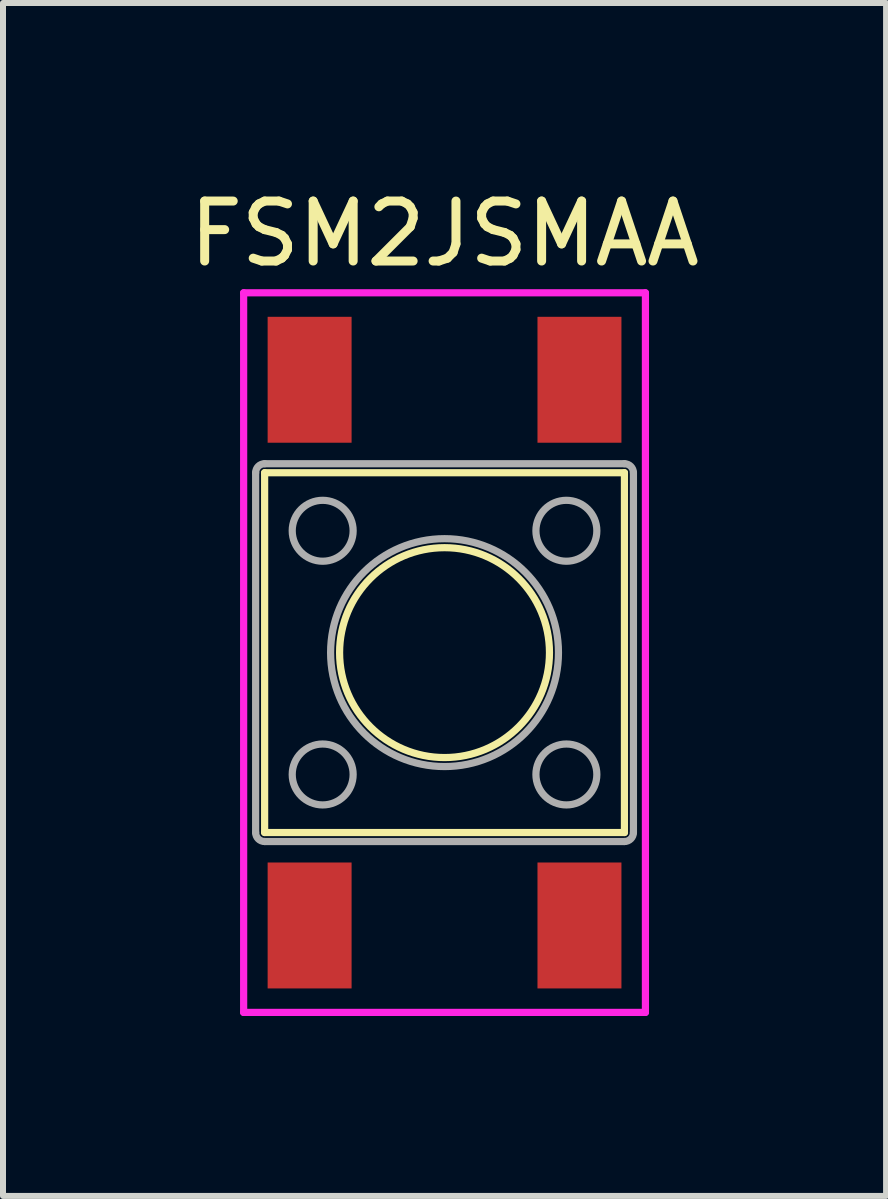
<source format=kicad_pcb>
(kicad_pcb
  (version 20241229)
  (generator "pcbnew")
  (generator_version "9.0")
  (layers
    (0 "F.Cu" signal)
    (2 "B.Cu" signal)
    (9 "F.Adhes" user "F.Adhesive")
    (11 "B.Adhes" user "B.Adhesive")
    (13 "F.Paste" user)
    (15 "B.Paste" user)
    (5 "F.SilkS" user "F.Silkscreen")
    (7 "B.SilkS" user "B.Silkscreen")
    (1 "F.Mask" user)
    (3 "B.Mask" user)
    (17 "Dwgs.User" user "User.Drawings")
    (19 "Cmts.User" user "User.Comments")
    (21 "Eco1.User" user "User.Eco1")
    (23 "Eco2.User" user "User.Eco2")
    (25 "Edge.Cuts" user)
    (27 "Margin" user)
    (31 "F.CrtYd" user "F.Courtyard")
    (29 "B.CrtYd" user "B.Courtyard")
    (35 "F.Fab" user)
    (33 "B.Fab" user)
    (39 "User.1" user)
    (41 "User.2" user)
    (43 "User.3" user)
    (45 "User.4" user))
  (footprint "FSM2JSMAA"
    (layer "F.Cu")
    (at 4.363 7.833)
    (property "Reference" "FSM2JSMAA" (at 0 -6.985 0) (layer "F.SilkS") (effects (font (size 1 1) (thickness 0.15))))
    (attr through_hole)
    (fp_line (start -3 -3) (end -3 3) (stroke (width 0.12) (type solid)) (layer "F.SilkS"))
    (fp_line (start -3 3) (end 3 3) (stroke (width 0.12) (type solid)) (layer "F.SilkS"))
    (fp_line (start 3 -3) (end -3 -3) (stroke (width 0.12) (type solid)) (layer "F.SilkS"))
    (fp_line (start 3 3) (end 3 -3) (stroke (width 0.12) (type solid)) (layer "F.SilkS"))
    (fp_circle (center 0 0) (end 1.75 0) (stroke (width 0.12) (type solid)) (fill no) (layer "F.SilkS"))
    (fp_line (start -3.35 -6) (end 3.35 -6) (stroke (width 0.12) (type solid)) (layer "F.CrtYd"))
    (fp_line (start -3.35 6) (end -3.35 -6) (stroke (width 0.12) (type solid)) (layer "F.CrtYd"))
    (fp_line (start 3.35 -6) (end 3.35 6) (stroke (width 0.12) (type solid)) (layer "F.CrtYd"))
    (fp_line (start 3.35 6) (end -3.35 6) (stroke (width 0.12) (type solid)) (layer "F.CrtYd"))
    (fp_line (start -3.15 -3) (end -3.15 3) (stroke (width 0.12) (type solid)) (layer "F.Fab"))
    (fp_line (start -3 3.15) (end 3 3.15) (stroke (width 0.12) (type solid)) (layer "F.Fab"))
    (fp_line (start 3 -3.15) (end -3 -3.15) (stroke (width 0.12) (type solid)) (layer "F.Fab"))
    (fp_line (start 3.15 3) (end 3.15 -3) (stroke (width 0.12) (type solid)) (layer "F.Fab"))
    (fp_arc (start -3.15 -3) (mid -3.106066 -3.106066) (end -3 -3.15) (stroke (width 0.12) (type solid)) (layer "F.Fab"))
    (fp_arc (start -3 3.15) (mid -3.106066 3.106066) (end -3.15 3) (stroke (width 0.12) (type solid)) (layer "F.Fab"))
    (fp_arc (start 3 -3.15) (mid 3.106066 -3.106066) (end 3.15 -3) (stroke (width 0.12) (type solid)) (layer "F.Fab"))
    (fp_arc (start 3.15 3) (mid 3.106066 3.106066) (end 3 3.15) (stroke (width 0.12) (type solid)) (layer "F.Fab"))
    (fp_circle (center -2.032 -2.032) (end -2.032 -2.54) (stroke (width 0.12) (type solid)) (fill no) (layer "F.Fab"))
    (fp_circle (center -2.032 2.032) (end -2.032 2.54) (stroke (width 0.12) (type solid)) (fill no) (layer "F.Fab"))
    (fp_circle (center 0 0) (end 1.9 0) (stroke (width 0.12) (type solid)) (fill no) (layer "F.Fab"))
    (fp_circle (center 2.032 -2.032) (end 2.032 -1.524) (stroke (width 0.12) (type solid)) (fill no) (layer "F.Fab"))
    (fp_circle (center 2.032 2.032) (end 2.032 2.54) (stroke (width 0.12) (type solid)) (fill no) (layer "F.Fab"))
    (pad "1" smd rect (at 2.25 -4.55) (size 1.4 2.1) (layers "F.Cu" "F.Mask" "F.Paste"))
    (pad "1" smd rect (at 2.25 4.55) (size 1.4 2.1) (layers "F.Cu" "F.Mask" "F.Paste"))
    (pad "2" smd rect (at -2.25 -4.55) (size 1.4 2.1) (layers "F.Cu" "F.Mask" "F.Paste"))
    (pad "2" smd rect (at -2.25 4.55) (size 1.4 2.1) (layers "F.Cu" "F.Mask" "F.Paste")))
  (gr_rect
    (start -3 -3)
    (end 11.726 16.893)
    (stroke (width 0.1) (type default))
    (fill no)
    (layer "Edge.Cuts")))
</source>
